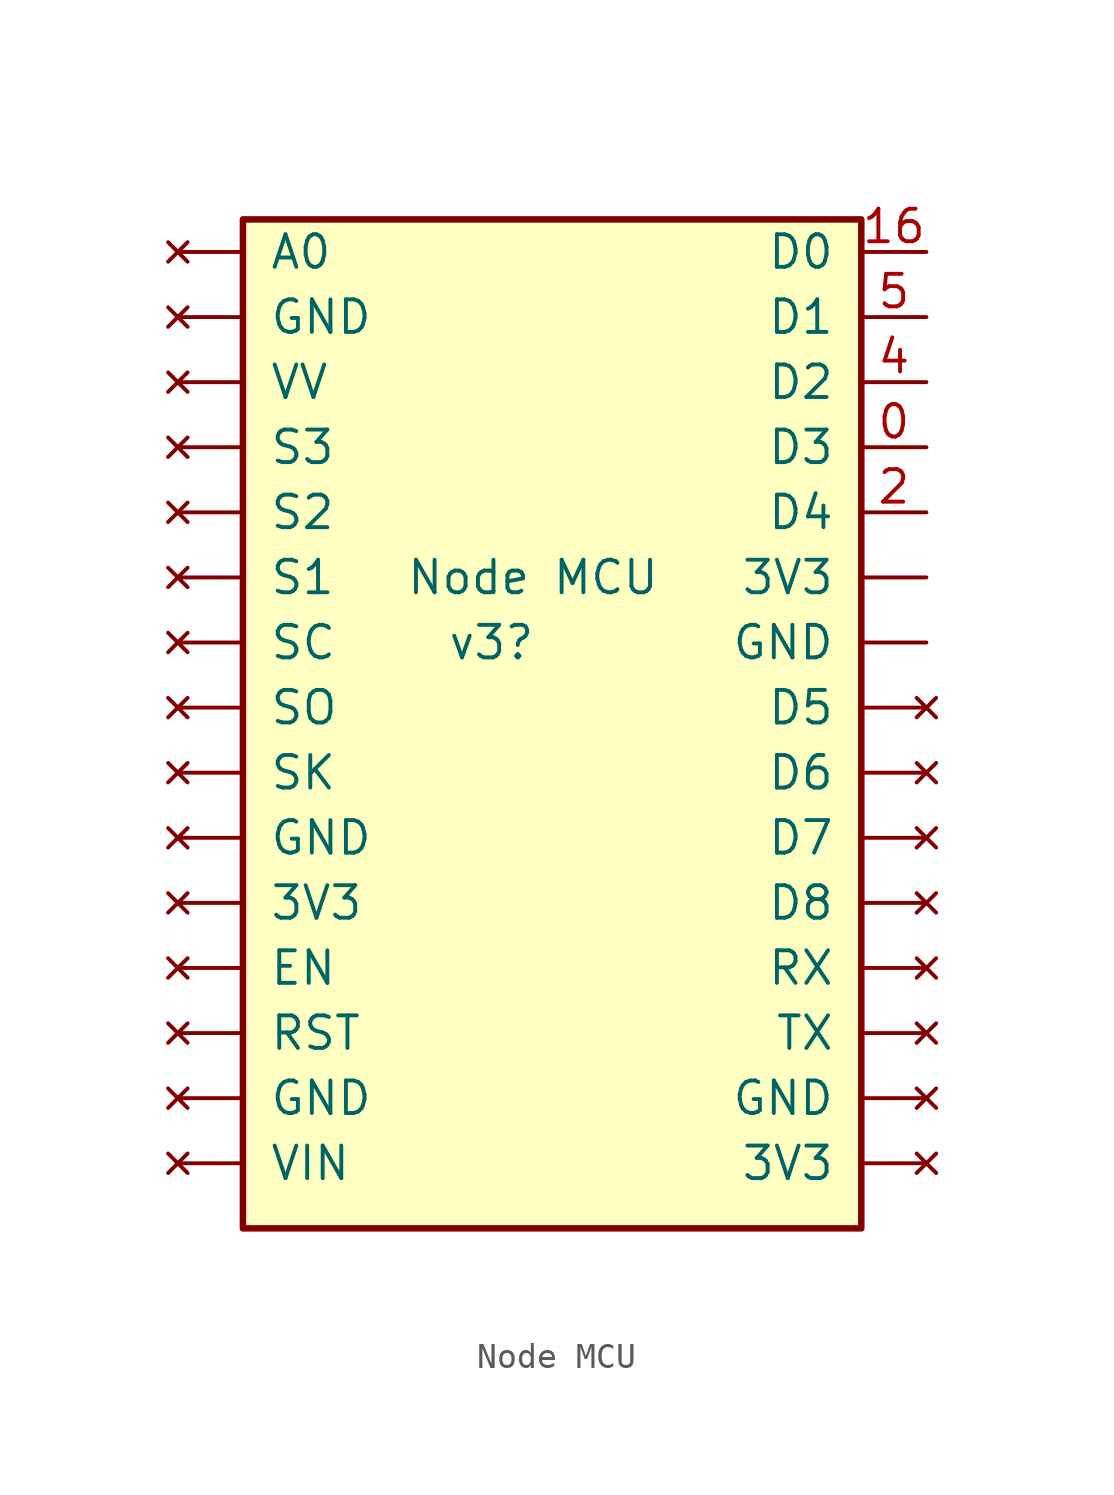
<source format=kicad_sym>
(kicad_symbol_lib
  (version 20211014)
  (generator kicad_symbol_editor)
  (symbol "Node MCU"
    (pin_names
      (offset 1.016))
    (property "Reference" "v3"
      (at -5.08 1.27 0)
      (effects (font (size 1.27 1.27)) (justify right)))
    (property "Value" "Node MCU"
      (at -10.16 3.81 0)
      (effects (font (size 1.27 1.27)) (justify left)))
    (symbol "Node MCU_0_1"
      (rectangle (start -16.51 17.78) (end 7.62 -21.59) (stroke (width 0.254) (type default) (color 0 0 0 0)) (fill (type background))))
    (symbol "Node MCU_1_1"
      (pin no_connect line (at -19.05 -8.89 0) (length 2.54) (name "3V3" (effects (font (size 1.27 1.27)))) (number "" (effects (font (size 1.27 1.27)))))
      (pin no_connect line (at 10.16 -19.05 180) (length 2.54) (name "3V3" (effects (font (size 1.27 1.27)))) (number "" (effects (font (size 1.27 1.27)))))
      (pin output line (at 10.16 3.81 180) (length 2.54) (name "3V3" (effects (font (size 1.27 1.27)))) (number "" (effects (font (size 1.27 1.27)))))
      (pin no_connect line (at -19.05 16.51 0) (length 2.54) (name "A0" (effects (font (size 1.27 1.27)))) (number "" (effects (font (size 1.27 1.27)))))
      (pin no_connect line (at 10.16 -1.27 180) (length 2.54) (name "D5" (effects (font (size 1.27 1.27)))) (number "" (effects (font (size 1.27 1.27)))))
      (pin no_connect line (at 10.16 -3.81 180) (length 2.54) (name "D6" (effects (font (size 1.27 1.27)))) (number "" (effects (font (size 1.27 1.27)))))
      (pin no_connect line (at 10.16 -6.35 180) (length 2.54) (name "D7" (effects (font (size 1.27 1.27)))) (number "" (effects (font (size 1.27 1.27)))))
      (pin no_connect line (at 10.16 -8.89 180) (length 2.54) (name "D8" (effects (font (size 1.27 1.27)))) (number "" (effects (font (size 1.27 1.27)))))
      (pin no_connect line (at -19.05 -11.43 0) (length 2.54) (name "EN" (effects (font (size 1.27 1.27)))) (number "" (effects (font (size 1.27 1.27)))))
      (pin no_connect line (at -19.05 -16.51 0) (length 2.54) (name "GND" (effects (font (size 1.27 1.27)))) (number "" (effects (font (size 1.27 1.27)))))
      (pin no_connect line (at -19.05 -6.35 0) (length 2.54) (name "GND" (effects (font (size 1.27 1.27)))) (number "" (effects (font (size 1.27 1.27)))))
      (pin no_connect line (at -19.05 13.97 0) (length 2.54) (name "GND" (effects (font (size 1.27 1.27)))) (number "" (effects (font (size 1.27 1.27)))))
      (pin no_connect line (at 10.16 -16.51 180) (length 2.54) (name "GND" (effects (font (size 1.27 1.27)))) (number "" (effects (font (size 1.27 1.27)))))
      (pin output line (at 10.16 1.27 180) (length 2.54) (name "GND" (effects (font (size 1.27 1.27)))) (number "" (effects (font (size 1.27 1.27)))))
      (pin no_connect line (at -19.05 -13.97 0) (length 2.54) (name "RST" (effects (font (size 1.27 1.27)))) (number "" (effects (font (size 1.27 1.27)))))
      (pin no_connect line (at 10.16 -11.43 180) (length 2.54) (name "RX" (effects (font (size 1.27 1.27)))) (number "" (effects (font (size 1.27 1.27)))))
      (pin no_connect line (at -19.05 3.81 0) (length 2.54) (name "S1" (effects (font (size 1.27 1.27)))) (number "" (effects (font (size 1.27 1.27)))))
      (pin no_connect line (at -19.05 6.35 0) (length 2.54) (name "S2" (effects (font (size 1.27 1.27)))) (number "" (effects (font (size 1.27 1.27)))))
      (pin no_connect line (at -19.05 8.89 0) (length 2.54) (name "S3" (effects (font (size 1.27 1.27)))) (number "" (effects (font (size 1.27 1.27)))))
      (pin no_connect line (at -19.05 1.27 0) (length 2.54) (name "SC" (effects (font (size 1.27 1.27)))) (number "" (effects (font (size 1.27 1.27)))))
      (pin no_connect line (at -19.05 -3.81 0) (length 2.54) (name "SK" (effects (font (size 1.27 1.27)))) (number "" (effects (font (size 1.27 1.27)))))
      (pin no_connect line (at -19.05 -1.27 0) (length 2.54) (name "SO" (effects (font (size 1.27 1.27)))) (number "" (effects (font (size 1.27 1.27)))))
      (pin no_connect line (at 10.16 -13.97 180) (length 2.54) (name "TX" (effects (font (size 1.27 1.27)))) (number "" (effects (font (size 1.27 1.27)))))
      (pin no_connect line (at -19.05 -19.05 0) (length 2.54) (name "VIN" (effects (font (size 1.27 1.27)))) (number "" (effects (font (size 1.27 1.27)))))
      (pin no_connect line (at -19.05 11.43 0) (length 2.54) (name "VV" (effects (font (size 1.27 1.27)))) (number "" (effects (font (size 1.27 1.27)))))
      (pin input line (at 10.16 8.89 180) (length 2.54) (name "D3" (effects (font (size 1.27 1.27)))) (number "0" (effects (font (size 1.27 1.27)))))
      (pin input line (at 10.16 16.51 180) (length 2.54) (name "D0" (effects (font (size 1.27 1.27)))) (number "16" (effects (font (size 1.27 1.27)))))
      (pin output line (at 10.16 6.35 180) (length 2.54) (name "D4" (effects (font (size 1.27 1.27)))) (number "2" (effects (font (size 1.27 1.27)))))
      (pin input line (at 10.16 11.43 180) (length 2.54) (name "D2" (effects (font (size 1.27 1.27)))) (number "4" (effects (font (size 1.27 1.27)))))
      (pin input line (at 10.16 13.97 180) (length 2.54) (name "D1" (effects (font (size 1.27 1.27)))) (number "5" (effects (font (size 1.27 1.27))))))))
</source>
